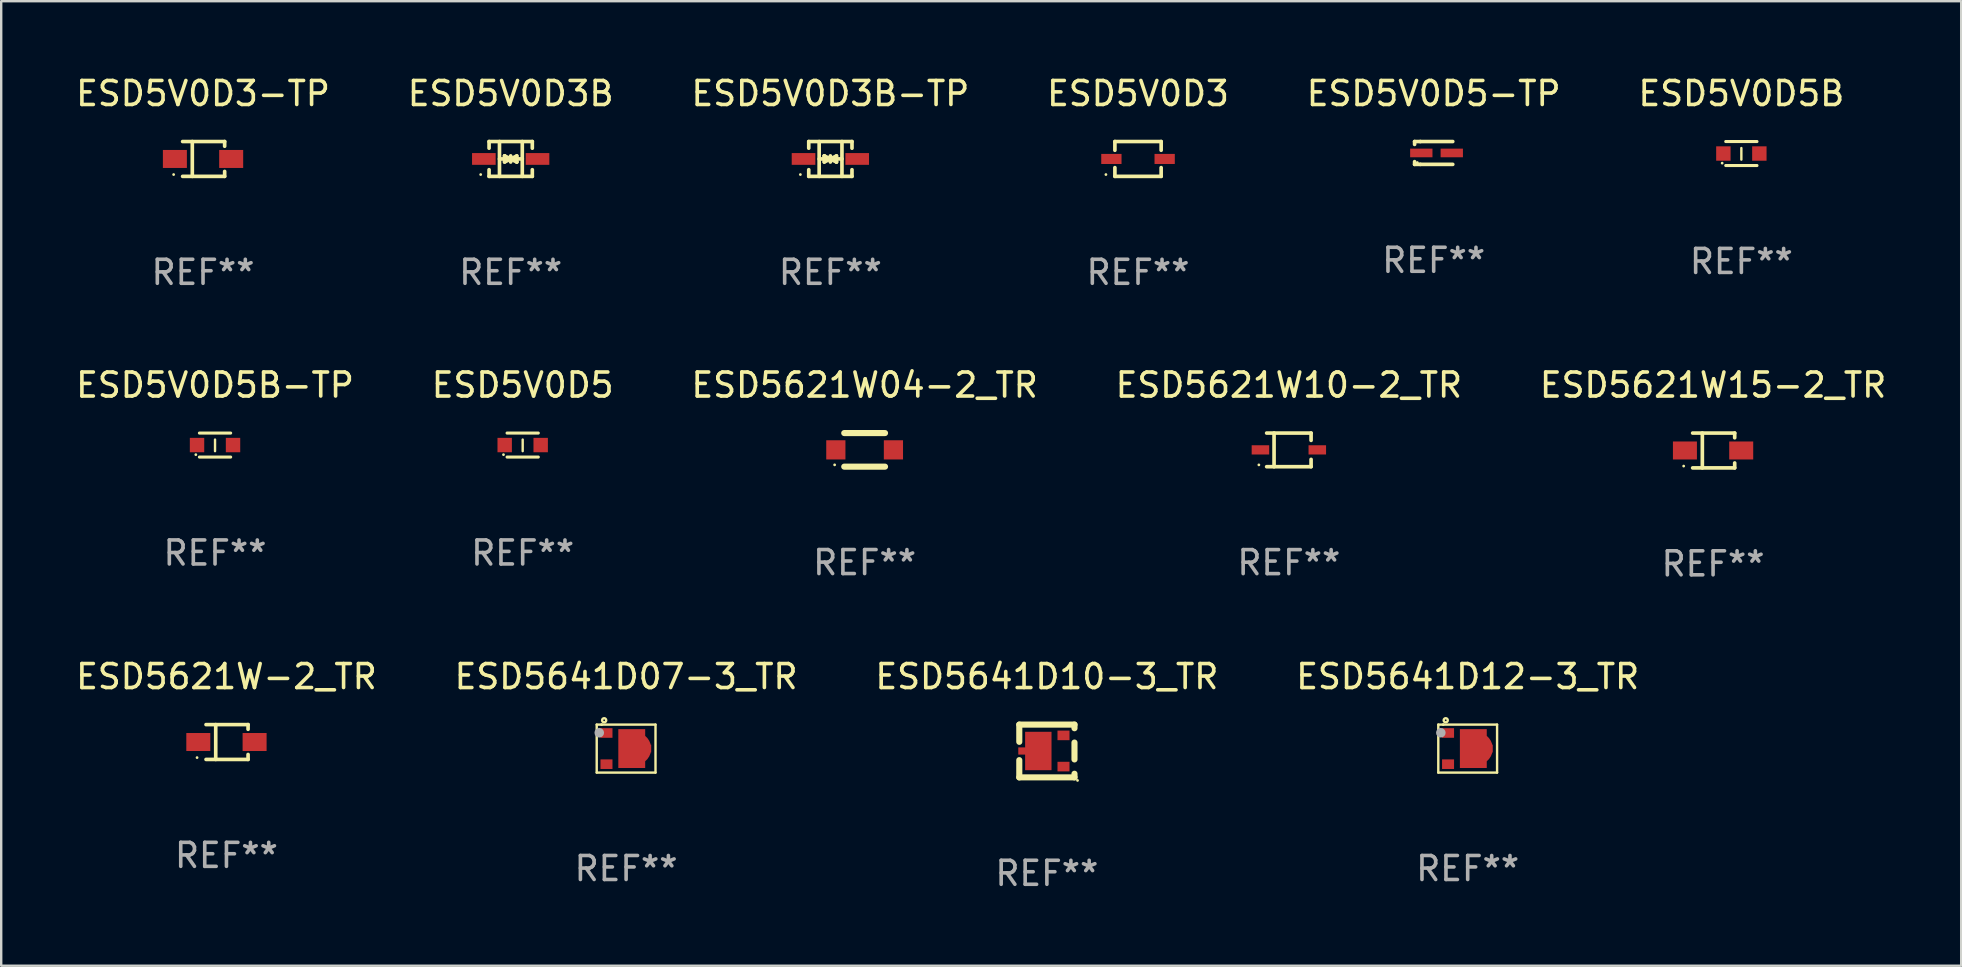
<source format=kicad_pcb>
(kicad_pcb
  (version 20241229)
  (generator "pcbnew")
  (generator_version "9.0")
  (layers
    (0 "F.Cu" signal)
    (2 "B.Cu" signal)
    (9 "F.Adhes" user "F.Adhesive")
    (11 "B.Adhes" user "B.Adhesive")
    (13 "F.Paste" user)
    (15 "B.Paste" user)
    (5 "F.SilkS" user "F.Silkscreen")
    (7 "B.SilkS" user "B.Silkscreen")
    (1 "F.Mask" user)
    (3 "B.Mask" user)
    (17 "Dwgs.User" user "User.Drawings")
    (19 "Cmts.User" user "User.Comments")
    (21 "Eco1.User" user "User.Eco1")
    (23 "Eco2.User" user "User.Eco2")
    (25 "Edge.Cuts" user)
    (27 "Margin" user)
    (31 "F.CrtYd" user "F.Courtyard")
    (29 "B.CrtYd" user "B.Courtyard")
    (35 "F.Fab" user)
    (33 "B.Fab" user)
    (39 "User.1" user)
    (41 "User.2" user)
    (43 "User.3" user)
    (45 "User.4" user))
  (footprint "ESD5V0D3B-TP"
    (layer "F.Cu")
    (at 31.554 3.574)
    (property "Reference" "ESD5V0D3B-TP" (at 0 -2.726 0) (layer "F.SilkS") (effects (font (size 1 1) (thickness 0.15))))
    (attr through_hole)
    (fp_line (start -0.901 -0.726) (end -0.901 -0.448) (stroke (width 0.152) (type solid)) (layer "F.SilkS"))
    (fp_line (start -0.901 0.726) (end -0.901 0.448) (stroke (width 0.152) (type solid)) (layer "F.SilkS"))
    (fp_line (start -0.467 0) (end 0.483 -0.003) (stroke (width 0.154) (type solid)) (layer "F.SilkS"))
    (fp_line (start -0.467 0.726) (end -0.467 -0.726) (stroke (width 0.152) (type solid)) (layer "F.SilkS"))
    (fp_line (start -0.254 -0.127) (end -0.254 -0.127) (stroke (width 0.154) (type solid)) (layer "F.SilkS"))
    (fp_line (start -0.254 -0.127) (end -0.002 -0.003) (stroke (width 0.154) (type solid)) (layer "F.SilkS"))
    (fp_line (start -0.254 0.127) (end -0.254 -0.127) (stroke (width 0.154) (type solid)) (layer "F.SilkS"))
    (fp_line (start -0.127 0) (end 0.003 0) (stroke (width 0.154) (type solid)) (layer "F.SilkS"))
    (fp_line (start -0.003 0) (end -0.254 0.127) (stroke (width 0.154) (type solid)) (layer "F.SilkS"))
    (fp_line (start 0 -0.127) (end 0 0.127) (stroke (width 0.154) (type solid)) (layer "F.SilkS"))
    (fp_line (start 0.003 0) (end 0.254 -0.127) (stroke (width 0.154) (type solid)) (layer "F.SilkS"))
    (fp_line (start 0.127 0) (end -0.003 0) (stroke (width 0.154) (type solid)) (layer "F.SilkS"))
    (fp_line (start 0.254 -0.127) (end 0.254 0.127) (stroke (width 0.154) (type solid)) (layer "F.SilkS"))
    (fp_line (start 0.254 0.127) (end 0.002 0.003) (stroke (width 0.154) (type solid)) (layer "F.SilkS"))
    (fp_line (start 0.254 0.127) (end 0.254 0.127) (stroke (width 0.154) (type solid)) (layer "F.SilkS"))
    (fp_line (start 0.483 0.726) (end 0.483 -0.726) (stroke (width 0.152) (type solid)) (layer "F.SilkS"))
    (fp_line (start 0.901 -0.726) (end -0.901 -0.726) (stroke (width 0.152) (type solid)) (layer "F.SilkS"))
    (fp_line (start 0.901 -0.726) (end 0.901 -0.448) (stroke (width 0.152) (type solid)) (layer "F.SilkS"))
    (fp_line (start 0.901 0.726) (end -0.901 0.726) (stroke (width 0.152) (type solid)) (layer "F.SilkS"))
    (fp_line (start 0.901 0.726) (end 0.901 0.448) (stroke (width 0.152) (type solid)) (layer "F.SilkS"))
    (fp_circle (center -1.25 0.65) (end -1.22 0.65) (stroke (width 0.06) (type solid)) (fill no) (layer "F.SilkS"))
    (fp_text user "REF**" (at 0 4.726 0) (layer "F.Fab") (effects (font (size 1 1) (thickness 0.15))))
    (pad "1" smd rect (at -1.118 0) (size 0.985 0.49) (layers "F.Cu" "F.Mask" "F.Paste"))
    (pad "2" smd rect (at 1.118 0) (size 0.985 0.49) (layers "F.Cu" "F.Mask" "F.Paste")))
  (footprint "ESD5V0D5B-TP"
    (layer "F.Cu")
    (at 5.911 15.497)
    (property "Reference" "ESD5V0D5B-TP" (at 0 -2.5 0) (layer "F.SilkS") (effects (font (size 1 1) (thickness 0.15))))
    (attr through_hole)
    (fp_line (start -0.65 -0.5) (end 0.65 -0.5) (stroke (width 0.13) (type solid)) (layer "F.SilkS"))
    (fp_line (start -0.65 0.5) (end 0.65 0.5) (stroke (width 0.13) (type solid)) (layer "F.SilkS"))
    (fp_line (start 0 -0.229) (end 0 0.254) (stroke (width 0.1) (type solid)) (layer "F.SilkS"))
    (fp_circle (center -0.8 0.4) (end -0.77 0.4) (stroke (width 0.06) (type solid)) (fill no) (layer "F.SilkS"))
    (fp_text user "REF**" (at 0 4.5 0) (layer "F.Fab") (effects (font (size 1 1) (thickness 0.15))))
    (pad "1" smd rect (at -0.75 0) (size 0.6 0.6) (layers "F.Cu" "F.Mask" "F.Paste"))
    (pad "2" smd rect (at 0.75 0 180) (size 0.6 0.6) (layers "F.Cu" "F.Mask" "F.Paste")))
  (footprint "ESD5V0D3-TP"
    (layer "F.Cu")
    (at 5.411 3.574)
    (property "Reference" "ESD5V0D3-TP" (at 0 -2.726 0) (layer "F.SilkS") (effects (font (size 1 1) (thickness 0.15))))
    (attr through_hole)
    (fp_line (start -0.851 -0.726) (end 0.901 -0.726) (stroke (width 0.152) (type solid)) (layer "F.SilkS"))
    (fp_line (start -0.851 0.726) (end 0.901 0.726) (stroke (width 0.152) (type solid)) (layer "F.SilkS"))
    (fp_line (start -0.447 -0.726) (end -0.447 0.726) (stroke (width 0.152) (type solid)) (layer "F.SilkS"))
    (fp_line (start 0.901 -0.726) (end 0.901 -0.53) (stroke (width 0.152) (type solid)) (layer "F.SilkS"))
    (fp_line (start 0.901 0.726) (end 0.901 0.52) (stroke (width 0.152) (type solid)) (layer "F.SilkS"))
    (fp_circle (center -1.225 0.65) (end -1.195 0.65) (stroke (width 0.06) (type solid)) (fill no) (layer "F.SilkS"))
    (fp_text user "REF**" (at 0 4.726 0) (layer "F.Fab") (effects (font (size 1 1) (thickness 0.15))))
    (pad "1" smd rect (at -1.173 0) (size 1 0.75) (layers "F.Cu" "F.Mask" "F.Paste"))
    (pad "2" smd rect (at 1.173 0) (size 1 0.75) (layers "F.Cu" "F.Mask" "F.Paste")))
  (footprint "ESD5V0D5B"
    (layer "F.Cu")
    (at 69.518 3.348)
    (property "Reference" "ESD5V0D5B" (at 0 -2.5 0) (layer "F.SilkS") (effects (font (size 1 1) (thickness 0.15))))
    (attr through_hole)
    (fp_line (start -0.65 -0.5) (end 0.65 -0.5) (stroke (width 0.13) (type solid)) (layer "F.SilkS"))
    (fp_line (start -0.65 0.5) (end 0.65 0.5) (stroke (width 0.13) (type solid)) (layer "F.SilkS"))
    (fp_line (start 0 -0.229) (end 0 0.254) (stroke (width 0.1) (type solid)) (layer "F.SilkS"))
    (fp_circle (center -0.8 0.4) (end -0.77 0.4) (stroke (width 0.06) (type solid)) (fill no) (layer "F.SilkS"))
    (fp_text user "REF**" (at 0 4.5 0) (layer "F.Fab") (effects (font (size 1 1) (thickness 0.15))))
    (pad "1" smd rect (at -0.75 0) (size 0.6 0.6) (layers "F.Cu" "F.Mask" "F.Paste"))
    (pad "2" smd rect (at 0.75 0 180) (size 0.6 0.6) (layers "F.Cu" "F.Mask" "F.Paste")))
  (footprint "ESD5V0D3B"
    (layer "F.Cu")
    (at 18.232 3.574)
    (property "Reference" "ESD5V0D3B" (at 0 -2.726 0) (layer "F.SilkS") (effects (font (size 1 1) (thickness 0.15))))
    (attr through_hole)
    (fp_line (start -0.901 -0.726) (end -0.901 -0.448) (stroke (width 0.152) (type solid)) (layer "F.SilkS"))
    (fp_line (start -0.901 0.726) (end -0.901 0.448) (stroke (width 0.152) (type solid)) (layer "F.SilkS"))
    (fp_line (start -0.467 0) (end 0.483 -0.003) (stroke (width 0.154) (type solid)) (layer "F.SilkS"))
    (fp_line (start -0.467 0.726) (end -0.467 -0.726) (stroke (width 0.152) (type solid)) (layer "F.SilkS"))
    (fp_line (start -0.254 -0.127) (end -0.254 -0.127) (stroke (width 0.154) (type solid)) (layer "F.SilkS"))
    (fp_line (start -0.254 -0.127) (end -0.002 -0.003) (stroke (width 0.154) (type solid)) (layer "F.SilkS"))
    (fp_line (start -0.254 0.127) (end -0.254 -0.127) (stroke (width 0.154) (type solid)) (layer "F.SilkS"))
    (fp_line (start -0.127 0) (end 0.003 0) (stroke (width 0.154) (type solid)) (layer "F.SilkS"))
    (fp_line (start -0.003 0) (end -0.254 0.127) (stroke (width 0.154) (type solid)) (layer "F.SilkS"))
    (fp_line (start 0 -0.127) (end 0 0.127) (stroke (width 0.154) (type solid)) (layer "F.SilkS"))
    (fp_line (start 0.003 0) (end 0.254 -0.127) (stroke (width 0.154) (type solid)) (layer "F.SilkS"))
    (fp_line (start 0.127 0) (end -0.003 0) (stroke (width 0.154) (type solid)) (layer "F.SilkS"))
    (fp_line (start 0.254 -0.127) (end 0.254 0.127) (stroke (width 0.154) (type solid)) (layer "F.SilkS"))
    (fp_line (start 0.254 0.127) (end 0.002 0.003) (stroke (width 0.154) (type solid)) (layer "F.SilkS"))
    (fp_line (start 0.254 0.127) (end 0.254 0.127) (stroke (width 0.154) (type solid)) (layer "F.SilkS"))
    (fp_line (start 0.483 0.726) (end 0.483 -0.726) (stroke (width 0.152) (type solid)) (layer "F.SilkS"))
    (fp_line (start 0.901 -0.726) (end -0.901 -0.726) (stroke (width 0.152) (type solid)) (layer "F.SilkS"))
    (fp_line (start 0.901 -0.726) (end 0.901 -0.448) (stroke (width 0.152) (type solid)) (layer "F.SilkS"))
    (fp_line (start 0.901 0.726) (end -0.901 0.726) (stroke (width 0.152) (type solid)) (layer "F.SilkS"))
    (fp_line (start 0.901 0.726) (end 0.901 0.448) (stroke (width 0.152) (type solid)) (layer "F.SilkS"))
    (fp_circle (center -1.25 0.65) (end -1.22 0.65) (stroke (width 0.06) (type solid)) (fill no) (layer "F.SilkS"))
    (fp_text user "REF**" (at 0 4.726 0) (layer "F.Fab") (effects (font (size 1 1) (thickness 0.15))))
    (pad "1" smd rect (at -1.118 0) (size 0.985 0.49) (layers "F.Cu" "F.Mask" "F.Paste"))
    (pad "2" smd rect (at 1.118 0) (size 0.985 0.49) (layers "F.Cu" "F.Mask" "F.Paste")))
  (footprint "ESD5621W10-2_TR"
    (layer "F.Cu")
    (at 50.661 15.698)
    (property "Reference" "ESD5621W10-2_TR" (at 0 -2.701 0) (layer "F.SilkS") (effects (font (size 1 1) (thickness 0.15))))
    (attr through_hole)
    (fp_line (start -0.926 -0.701) (end 0.926 -0.701) (stroke (width 0.152) (type solid)) (layer "F.SilkS"))
    (fp_line (start -0.926 0.701) (end 0.926 0.701) (stroke (width 0.152) (type solid)) (layer "F.SilkS"))
    (fp_line (start -0.617 -0.701) (end -0.617 0.701) (stroke (width 0.152) (type solid)) (layer "F.SilkS"))
    (fp_line (start 0.926 -0.701) (end 0.926 -0.396) (stroke (width 0.152) (type solid)) (layer "F.SilkS"))
    (fp_line (start 0.926 0.701) (end 0.926 0.396) (stroke (width 0.152) (type solid)) (layer "F.SilkS"))
    (fp_circle (center -1.25 0.625) (end -1.22 0.625) (stroke (width 0.06) (type solid)) (fill no) (layer "F.SilkS"))
    (fp_text user "REF**" (at 0 4.701 0) (layer "F.Fab") (effects (font (size 1 1) (thickness 0.15))))
    (pad "1" smd rect (at -1.185 0 180) (size 0.73 0.385) (layers "F.Cu" "F.Mask" "F.Paste"))
    (pad "2" smd rect (at 1.185 0 180) (size 0.73 0.385) (layers "F.Cu" "F.Mask" "F.Paste")))
  (footprint "ESD5641D10-3_TR"
    (layer "F.Cu")
    (at 40.577 28.246)
    (property "Reference" "ESD5641D10-3_TR" (at 0 -3.1 0) (layer "F.SilkS") (effects (font (size 1 1) (thickness 0.15))))
    (attr through_hole)
    (fp_line (start -1.15 -1.1) (end 1.15 -1.1) (stroke (width 0.254) (type solid)) (layer "F.SilkS"))
    (fp_line (start -1.15 -0.381) (end -1.15 -1.1) (stroke (width 0.254) (type solid)) (layer "F.SilkS"))
    (fp_line (start -1.15 1.1) (end -1.15 0.381) (stroke (width 0.254) (type solid)) (layer "F.SilkS"))
    (fp_line (start 1.15 -1.1) (end 1.15 -0.948) (stroke (width 0.254) (type solid)) (layer "F.SilkS"))
    (fp_line (start 1.15 -0.352) (end 1.15 0.352) (stroke (width 0.254) (type solid)) (layer "F.SilkS"))
    (fp_line (start 1.15 0.948) (end 1.15 1.1) (stroke (width 0.254) (type solid)) (layer "F.SilkS"))
    (fp_line (start 1.15 1.1) (end -1.15 1.1) (stroke (width 0.254) (type solid)) (layer "F.SilkS"))
    (fp_circle (center 1.277 1.227) (end 1.307 1.227) (stroke (width 0.06) (type solid)) (fill no) (layer "F.SilkS"))
    (fp_text user "REF**" (at 0 5.1 0) (layer "F.Fab") (effects (font (size 1 1) (thickness 0.15))))
    (pad "1" smd rect (at 0.692 0.65 180) (size 0.5 0.4) (layers "F.Cu" "F.Mask" "F.Paste"))
    (pad "2" smd rect (at 0.692 -0.65 180) (size 0.5 0.4) (layers "F.Cu" "F.Mask" "F.Paste"))
    (pad "3" smd rect (at -0.992 -0.000102 270) (size 0.3 0.4) (layers "F.Cu" "F.Mask" "F.Paste"))
    (pad "3" smd rect (at -0.357 -0.000102 180) (size 1.1 1.6) (layers "F.Cu" "F.Mask" "F.Paste")))
  (footprint "ESD5V0D5-TP"
    (layer "F.Cu")
    (at 56.696 3.324)
    (property "Reference" "ESD5V0D5-TP" (at 0 -2.476 0) (layer "F.SilkS") (effects (font (size 1 1) (thickness 0.15))))
    (attr through_hole)
    (fp_line (start -0.795 -0.476) (end -0.795 -0.356) (stroke (width 0.152) (type solid)) (layer "F.SilkS"))
    (fp_line (start -0.795 0.363) (end -0.795 0.476) (stroke (width 0.152) (type solid)) (layer "F.SilkS"))
    (fp_line (start -0.795 0.476) (end -0.557 0.476) (stroke (width 0.152) (type solid)) (layer "F.SilkS"))
    (fp_line (start -0.557 -0.476) (end -0.795 -0.476) (stroke (width 0.152) (type solid)) (layer "F.SilkS"))
    (fp_line (start -0.557 -0.476) (end 0.795 -0.476) (stroke (width 0.152) (type solid)) (layer "F.SilkS"))
    (fp_line (start -0.557 0.476) (end 0.795 0.476) (stroke (width 0.152) (type solid)) (layer "F.SilkS"))
    (fp_circle (center -0.681 0.4) (end -0.651 0.4) (stroke (width 0.06) (type solid)) (fill no) (layer "F.SilkS"))
    (fp_text user "REF**" (at 0 4.476 0) (layer "F.Fab") (effects (font (size 1 1) (thickness 0.15))))
    (pad "1" smd rect (at -0.516 0 180) (size 0.93 0.36) (layers "F.Cu" "F.Mask" "F.Paste"))
    (pad "2" smd rect (at 0.754 0 180) (size 0.93 0.36) (layers "F.Cu" "F.Mask" "F.Paste")))
  (footprint "ESD5641D07-3_TR"
    (layer "F.Cu")
    (at 23.042 28.146)
    (property "Reference" "ESD5641D07-3_TR" (at 0 -3 0) (layer "F.SilkS") (effects (font (size 1 1) (thickness 0.15))))
    (attr through_hole)
    (fp_line (start -1.225 -1) (end -1.225 1) (stroke (width 0.1) (type solid)) (layer "F.SilkS"))
    (fp_line (start -1.225 -1) (end 1.225 -1) (stroke (width 0.1) (type solid)) (layer "F.SilkS"))
    (fp_line (start -1.225 1) (end 1.225 1) (stroke (width 0.1) (type solid)) (layer "F.SilkS"))
    (fp_line (start 1.225 -1) (end 1.225 1) (stroke (width 0.1) (type solid)) (layer "F.SilkS"))
    (fp_circle (center -1.019 -1) (end -0.989 -1) (stroke (width 0.06) (type solid)) (fill no) (layer "F.SilkS"))
    (fp_circle (center -0.915 -1.18) (end -0.879 -1.18) (stroke (width 0.1) (type solid)) (fill no) (layer "F.SilkS"))
    (fp_circle (center -1.119 -0.66) (end -1.019 -0.66) (stroke (width 0.2) (type solid)) (fill no) (layer "F.Fab"))
    (fp_text user "REF**" (at 0 5 0) (layer "F.Fab") (effects (font (size 1 1) (thickness 0.15))))
    (pad "1" smd rect (at -0.818 -0.65) (size 0.5 0.4) (layers "F.Cu" "F.Mask" "F.Paste"))
    (pad "2" smd rect (at -0.818 0.65) (size 0.5 0.4) (layers "F.Cu" "F.Mask" "F.Paste"))
    (pad "3" smd custom (at 0.36 0) (size 1.37 1.62) (layers "F.Cu" "F.Mask" "F.Paste") (options (anchor circle)) (primitives (gr_poly (pts (xy -0.685 -0.81) (xy -0.685 0.81) (xy 0.435 0.81) (xy 0.435 0.16) (xy 0.685 0.16) (xy 0.685 -0.16) (xy 0.435 -0.16) (xy 0.435 -0.81) (xy -0.545 -0.81)) (width 0) (fill yes)))))
  (footprint "ESD5V0D3"
    (layer "F.Cu")
    (at 44.375 3.574)
    (property "Reference" "ESD5V0D3" (at 0 -2.726 0) (layer "F.SilkS") (effects (font (size 1 1) (thickness 0.15))))
    (attr through_hole)
    (fp_line (start -0.964 -0.726) (end 0.964 -0.726) (stroke (width 0.152) (type solid)) (layer "F.SilkS"))
    (fp_line (start -0.964 -0.362) (end -0.964 -0.726) (stroke (width 0.152) (type solid)) (layer "F.SilkS"))
    (fp_line (start -0.964 0.362) (end -0.964 0.726) (stroke (width 0.152) (type solid)) (layer "F.SilkS"))
    (fp_line (start -0.964 0.726) (end 0.964 0.726) (stroke (width 0.152) (type solid)) (layer "F.SilkS"))
    (fp_line (start 0.964 -0.362) (end 0.964 -0.726) (stroke (width 0.152) (type solid)) (layer "F.SilkS"))
    (fp_line (start 0.964 0.362) (end 0.964 0.726) (stroke (width 0.152) (type solid)) (layer "F.SilkS"))
    (fp_circle (center -1.338 0.65) (end -1.308 0.65) (stroke (width 0.06) (type solid)) (fill no) (layer "F.SilkS"))
    (fp_text user "REF**" (at 0 4.726 0) (layer "F.Fab") (effects (font (size 1 1) (thickness 0.15))))
    (pad "1" smd rect (at -1.11 -0.000114) (size 0.845 0.42) (layers "F.Cu" "F.Mask" "F.Paste"))
    (pad "2" smd rect (at 1.11 -0.000114) (size 0.845 0.42) (layers "F.Cu" "F.Mask" "F.Paste")))
  (footprint "ESD5621W04-2_TR"
    (layer "F.Cu")
    (at 32.982 15.697)
    (property "Reference" "ESD5621W04-2_TR" (at 0 -2.7 0) (layer "F.SilkS") (effects (font (size 1 1) (thickness 0.15))))
    (attr through_hole)
    (fp_line (start -0.85 -0.7) (end 0.85 -0.7) (stroke (width 0.254) (type solid)) (layer "F.SilkS"))
    (fp_line (start -0.85 0.7) (end 0.85 0.7) (stroke (width 0.254) (type solid)) (layer "F.SilkS"))
    (fp_circle (center -1.25 0.625) (end -1.22 0.625) (stroke (width 0.06) (type solid)) (fill no) (layer "F.SilkS"))
    (fp_text user "REF**" (at 0 4.7 0) (layer "F.Fab") (effects (font (size 1 1) (thickness 0.15))))
    (pad "1" smd rect (at -1.2 0) (size 0.8 0.8) (layers "F.Cu" "F.Mask" "F.Paste"))
    (pad "2" smd rect (at 1.2 0) (size 0.8 0.8) (layers "F.Cu" "F.Mask" "F.Paste")))
  (footprint "ESD5621W15-2_TR"
    (layer "F.Cu")
    (at 68.339 15.723)
    (property "Reference" "ESD5621W15-2_TR" (at 0 -2.726 0) (layer "F.SilkS") (effects (font (size 1 1) (thickness 0.15))))
    (attr through_hole)
    (fp_line (start -0.851 -0.726) (end 0.901 -0.726) (stroke (width 0.152) (type solid)) (layer "F.SilkS"))
    (fp_line (start -0.851 0.726) (end 0.901 0.726) (stroke (width 0.152) (type solid)) (layer "F.SilkS"))
    (fp_line (start -0.447 -0.726) (end -0.447 0.726) (stroke (width 0.152) (type solid)) (layer "F.SilkS"))
    (fp_line (start 0.901 -0.726) (end 0.901 -0.53) (stroke (width 0.152) (type solid)) (layer "F.SilkS"))
    (fp_line (start 0.901 0.726) (end 0.901 0.52) (stroke (width 0.152) (type solid)) (layer "F.SilkS"))
    (fp_circle (center -1.225 0.65) (end -1.195 0.65) (stroke (width 0.06) (type solid)) (fill no) (layer "F.SilkS"))
    (fp_text user "REF**" (at 0 4.726 0) (layer "F.Fab") (effects (font (size 1 1) (thickness 0.15))))
    (pad "1" smd rect (at -1.173 0) (size 1 0.75) (layers "F.Cu" "F.Mask" "F.Paste"))
    (pad "2" smd rect (at 1.173 0) (size 1 0.75) (layers "F.Cu" "F.Mask" "F.Paste")))
  (footprint "ESD5641D12-3_TR"
    (layer "F.Cu")
    (at 58.113 28.146)
    (property "Reference" "ESD5641D12-3_TR" (at 0 -3 0) (layer "F.SilkS") (effects (font (size 1 1) (thickness 0.15))))
    (attr through_hole)
    (fp_line (start -1.225 -1) (end -1.225 1) (stroke (width 0.1) (type solid)) (layer "F.SilkS"))
    (fp_line (start -1.225 -1) (end 1.225 -1) (stroke (width 0.1) (type solid)) (layer "F.SilkS"))
    (fp_line (start -1.225 1) (end 1.225 1) (stroke (width 0.1) (type solid)) (layer "F.SilkS"))
    (fp_line (start 1.225 -1) (end 1.225 1) (stroke (width 0.1) (type solid)) (layer "F.SilkS"))
    (fp_circle (center -1.019 -1) (end -0.989 -1) (stroke (width 0.06) (type solid)) (fill no) (layer "F.SilkS"))
    (fp_circle (center -0.915 -1.18) (end -0.879 -1.18) (stroke (width 0.1) (type solid)) (fill no) (layer "F.SilkS"))
    (fp_circle (center -1.119 -0.66) (end -1.019 -0.66) (stroke (width 0.2) (type solid)) (fill no) (layer "F.Fab"))
    (fp_text user "REF**" (at 0 5 0) (layer "F.Fab") (effects (font (size 1 1) (thickness 0.15))))
    (pad "1" smd rect (at -0.818 -0.65) (size 0.5 0.4) (layers "F.Cu" "F.Mask" "F.Paste"))
    (pad "2" smd rect (at -0.818 0.65) (size 0.5 0.4) (layers "F.Cu" "F.Mask" "F.Paste"))
    (pad "3" smd custom (at 0.36 0) (size 1.37 1.62) (layers "F.Cu" "F.Mask" "F.Paste") (options (anchor circle)) (primitives (gr_poly (pts (xy -0.685 -0.81) (xy -0.685 0.81) (xy 0.435 0.81) (xy 0.435 0.16) (xy 0.685 0.16) (xy 0.685 -0.16) (xy 0.435 -0.16) (xy 0.435 -0.81) (xy -0.545 -0.81)) (width 0) (fill yes)))))
  (footprint "ESD5621W-2_TR"
    (layer "F.Cu")
    (at 6.387 27.872)
    (property "Reference" "ESD5621W-2_TR" (at 0 -2.726 0) (layer "F.SilkS") (effects (font (size 1 1) (thickness 0.15))))
    (attr through_hole)
    (fp_line (start -0.851 -0.726) (end 0.901 -0.726) (stroke (width 0.152) (type solid)) (layer "F.SilkS"))
    (fp_line (start -0.851 0.726) (end 0.901 0.726) (stroke (width 0.152) (type solid)) (layer "F.SilkS"))
    (fp_line (start -0.447 -0.726) (end -0.447 0.726) (stroke (width 0.152) (type solid)) (layer "F.SilkS"))
    (fp_line (start 0.901 -0.726) (end 0.901 -0.53) (stroke (width 0.152) (type solid)) (layer "F.SilkS"))
    (fp_line (start 0.901 0.726) (end 0.901 0.52) (stroke (width 0.152) (type solid)) (layer "F.SilkS"))
    (fp_circle (center -1.225 0.65) (end -1.195 0.65) (stroke (width 0.06) (type solid)) (fill no) (layer "F.SilkS"))
    (fp_text user "REF**" (at 0 4.726 0) (layer "F.Fab") (effects (font (size 1 1) (thickness 0.15))))
    (pad "1" smd rect (at -1.173 0) (size 1 0.75) (layers "F.Cu" "F.Mask" "F.Paste"))
    (pad "2" smd rect (at 1.173 0) (size 1 0.75) (layers "F.Cu" "F.Mask" "F.Paste")))
  (footprint "ESD5V0D5"
    (layer "F.Cu")
    (at 18.732 15.497)
    (property "Reference" "ESD5V0D5" (at 0 -2.5 0) (layer "F.SilkS") (effects (font (size 1 1) (thickness 0.15))))
    (attr through_hole)
    (fp_line (start -0.65 -0.5) (end 0.65 -0.5) (stroke (width 0.13) (type solid)) (layer "F.SilkS"))
    (fp_line (start -0.65 0.5) (end 0.65 0.5) (stroke (width 0.13) (type solid)) (layer "F.SilkS"))
    (fp_line (start 0 -0.229) (end 0 0.254) (stroke (width 0.1) (type solid)) (layer "F.SilkS"))
    (fp_circle (center -0.8 0.4) (end -0.77 0.4) (stroke (width 0.06) (type solid)) (fill no) (layer "F.SilkS"))
    (fp_text user "REF**" (at 0 4.5 0) (layer "F.Fab") (effects (font (size 1 1) (thickness 0.15))))
    (pad "1" smd rect (at -0.75 0) (size 0.6 0.6) (layers "F.Cu" "F.Mask" "F.Paste"))
    (pad "2" smd rect (at 0.75 0 180) (size 0.6 0.6) (layers "F.Cu" "F.Mask" "F.Paste")))
  (gr_rect
    (start -3 -3)
    (end 78.679 37.194)
    (stroke (width 0.1) (type default))
    (fill no)
    (layer "Edge.Cuts")))
</source>
